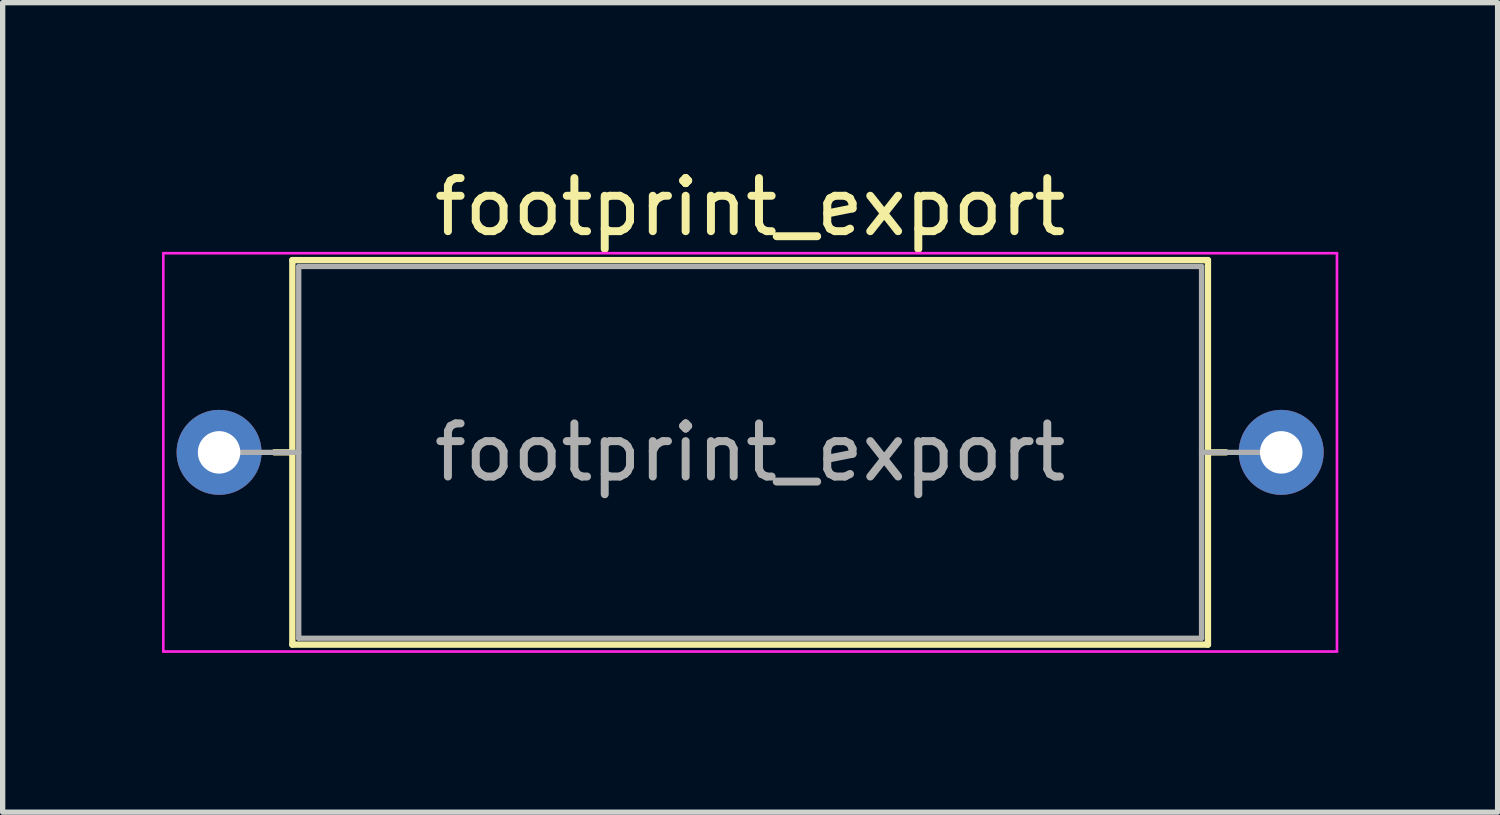
<source format=kicad_pcb>
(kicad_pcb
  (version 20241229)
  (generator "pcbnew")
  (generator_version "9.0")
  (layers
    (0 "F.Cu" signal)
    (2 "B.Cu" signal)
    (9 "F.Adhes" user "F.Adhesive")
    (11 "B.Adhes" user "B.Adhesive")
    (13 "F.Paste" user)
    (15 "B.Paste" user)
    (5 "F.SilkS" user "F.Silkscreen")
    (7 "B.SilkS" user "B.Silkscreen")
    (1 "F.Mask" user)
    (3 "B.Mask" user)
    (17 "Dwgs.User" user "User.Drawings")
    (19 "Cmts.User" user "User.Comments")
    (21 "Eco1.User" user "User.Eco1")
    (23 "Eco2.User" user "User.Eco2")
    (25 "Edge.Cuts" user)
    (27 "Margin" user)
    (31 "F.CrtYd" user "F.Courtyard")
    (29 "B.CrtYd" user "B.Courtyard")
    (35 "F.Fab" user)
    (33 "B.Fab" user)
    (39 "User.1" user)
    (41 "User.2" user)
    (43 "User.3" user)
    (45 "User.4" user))
  (footprint "footprint_export"
    (layer "F.Cu")
    (at 1.075 5.468)
    (property "Reference" "footprint_export" (at 10 -4.62 0) (layer "F.SilkS") (effects (font (size 1 1) (thickness 0.15))))
    (attr through_hole)
    (fp_line (start 1.04 0) (end 1.38 0) (stroke (width 0.12) (type solid)) (layer "F.SilkS"))
    (fp_line (start 1.38 -3.62) (end 1.38 3.62) (stroke (width 0.12) (type solid)) (layer "F.SilkS"))
    (fp_line (start 1.38 3.62) (end 18.62 3.62) (stroke (width 0.12) (type solid)) (layer "F.SilkS"))
    (fp_line (start 18.62 -3.62) (end 1.38 -3.62) (stroke (width 0.12) (type solid)) (layer "F.SilkS"))
    (fp_line (start 18.62 3.62) (end 18.62 -3.62) (stroke (width 0.12) (type solid)) (layer "F.SilkS"))
    (fp_line (start 18.96 0) (end 18.62 0) (stroke (width 0.12) (type solid)) (layer "F.SilkS"))
    (fp_line (start -1.05 -3.75) (end -1.05 3.75) (stroke (width 0.05) (type solid)) (layer "F.CrtYd"))
    (fp_line (start -1.05 3.75) (end 21.05 3.75) (stroke (width 0.05) (type solid)) (layer "F.CrtYd"))
    (fp_line (start 21.05 -3.75) (end -1.05 -3.75) (stroke (width 0.05) (type solid)) (layer "F.CrtYd"))
    (fp_line (start 21.05 3.75) (end 21.05 -3.75) (stroke (width 0.05) (type solid)) (layer "F.CrtYd"))
    (fp_line (start 0 0) (end 1.5 0) (stroke (width 0.1) (type solid)) (layer "F.Fab"))
    (fp_line (start 1.5 -3.5) (end 1.5 3.5) (stroke (width 0.1) (type solid)) (layer "F.Fab"))
    (fp_line (start 1.5 3.5) (end 18.5 3.5) (stroke (width 0.1) (type solid)) (layer "F.Fab"))
    (fp_line (start 18.5 -3.5) (end 1.5 -3.5) (stroke (width 0.1) (type solid)) (layer "F.Fab"))
    (fp_line (start 18.5 3.5) (end 18.5 -3.5) (stroke (width 0.1) (type solid)) (layer "F.Fab"))
    (fp_line (start 20 0) (end 18.5 0) (stroke (width 0.1) (type solid)) (layer "F.Fab"))
    (fp_text user "${REFERENCE}" (at 10 0 0) (layer "F.Fab") (effects (font (size 1 1) (thickness 0.15))))
    (pad "1" thru_hole circle (at 0 0) (size 1.6 1.6) (drill 0.8) (layers "*.Cu" "*.Mask"))
    (pad "2" thru_hole oval (at 20 0) (size 1.6 1.6) (drill 0.8) (layers "*.Cu" "*.Mask")))
  (gr_rect
    (start -3 -3)
    (end 25.15 12.243)
    (stroke (width 0.1) (type default))
    (fill no)
    (layer "Edge.Cuts")))
</source>
